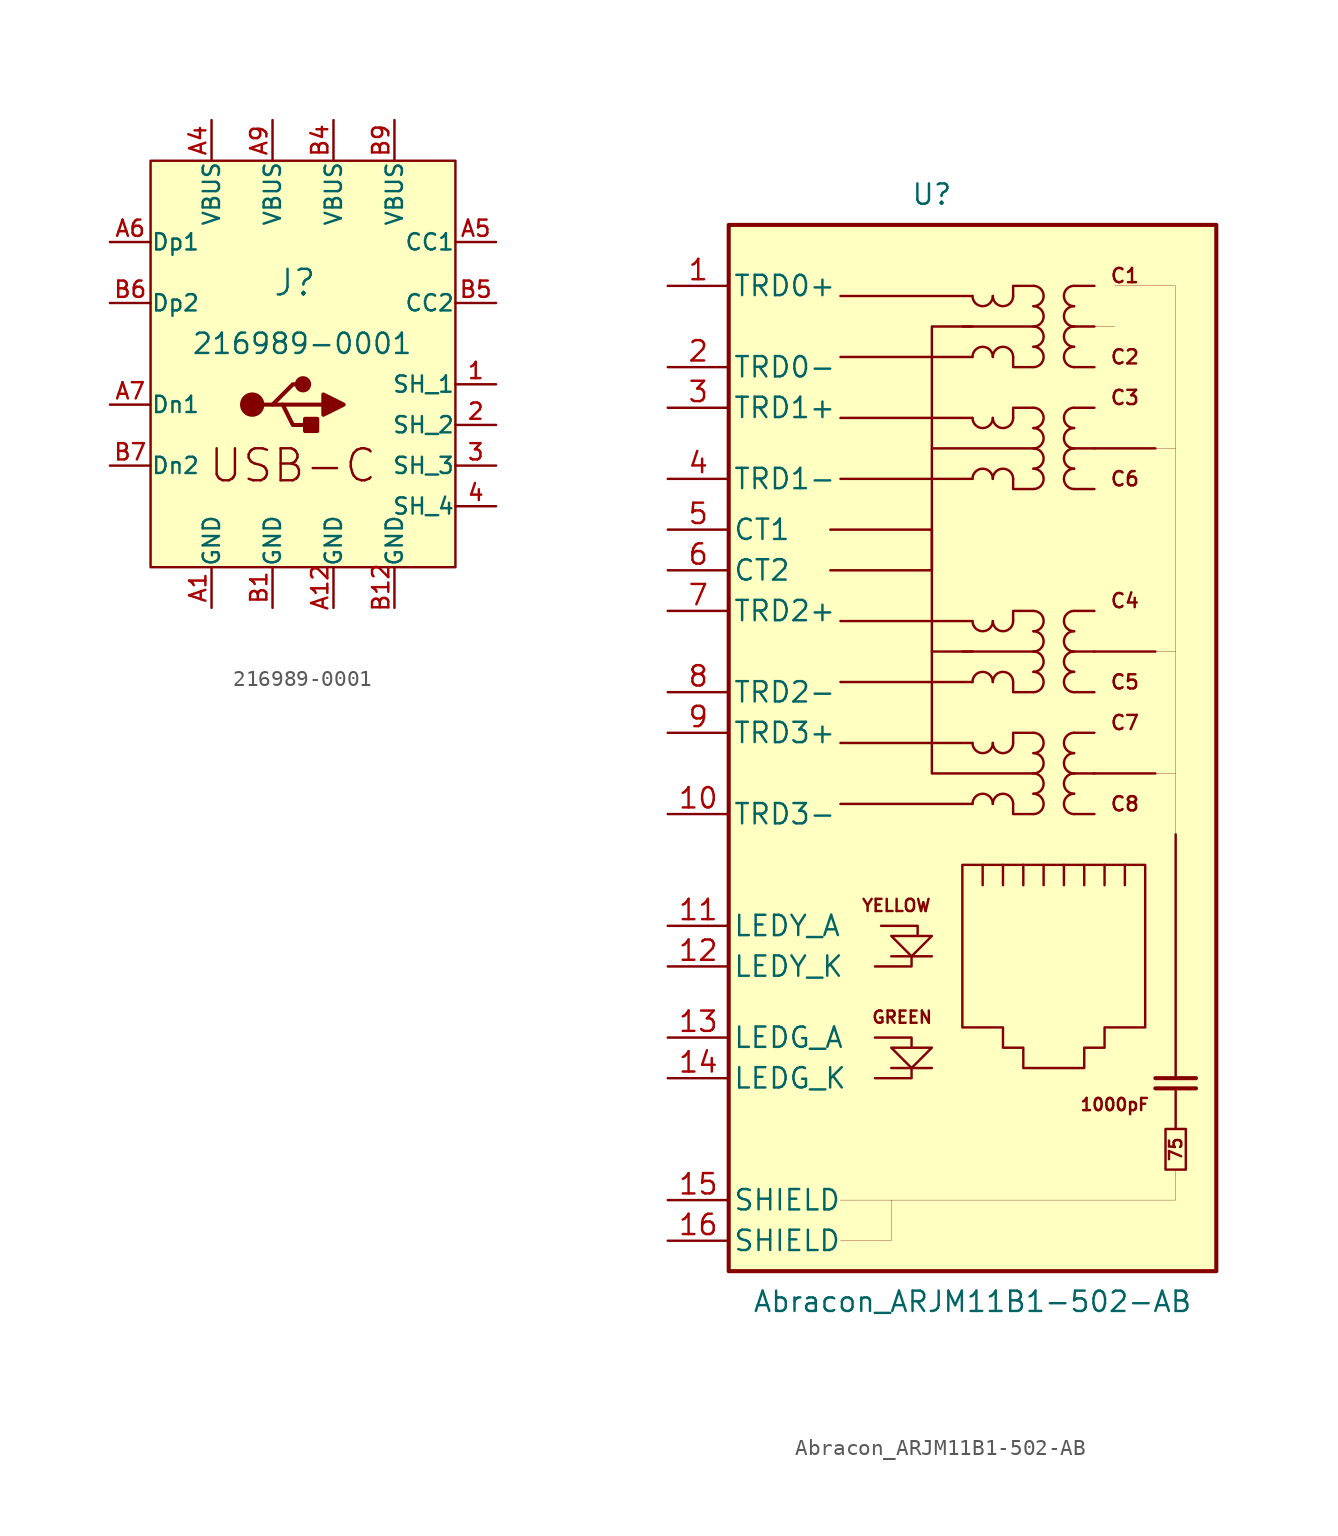
<source format=kicad_sym>
(kicad_symbol_lib
  (version 20231120)
  (generator "kicad_symbol_editor")
  (generator_version "8.0")
  (symbol "216989-0001"
    (pin_names
      (offset 0.01))
    (property "Reference" "J"
      (at -19.05 -2.54 0)
      (effects (font (size 1.6 1.6)) (justify left)))
    (property "Value" "216989-0001"
      (at -24.13 -6.35 0)
      (effects (font (size 1.27 1.27)) (justify left)))
    (symbol "216989-0001_0_0"
      (text "USB-C" (at -17.78 -13.97 0) (effects (font (size 2 2)))))
    (symbol "216989-0001_0_1"
      (circle (center -20.32 -10.16) (radius 0.635) (stroke (width 0.254) (type default)) (fill (type outline)))
      (circle (center -17.145 -8.89) (radius 0.381) (stroke (width 0.254) (type default)) (fill (type outline)))
      (rectangle (start -16.256 -11.049) (end -17.018 -11.811) (stroke (width 0.254) (type default)) (fill (type outline)))
      (polyline (pts (xy -18.415 -10.16) (xy -15.875 -10.16)) (stroke (width 0.254) (type default)) (fill (type none)))
      (polyline (pts (xy -19.685 -10.16) (xy -19.05 -10.16) (xy -17.78 -8.89) (xy -17.145 -8.89)) (stroke (width 0.254) (type default)) (fill (type none)))
      (polyline (pts (xy -19.05 -10.16) (xy -18.415 -10.16) (xy -17.78 -11.43) (xy -16.51 -11.43)) (stroke (width 0.254) (type default)) (fill (type none)))
      (polyline (pts (xy -15.875 -9.525) (xy -15.875 -10.795) (xy -14.605 -10.16) (xy -15.875 -9.525)) (stroke (width 0.254) (type default)) (fill (type outline))))
    (symbol "216989-0001_1_1"
      (rectangle (start -26.67 5.08) (end -7.62 -20.32) (stroke (width 0) (type default)) (fill (type background)))
      (pin passive line (at -5.08 -8.89 180) (length 2.54) (name "SH_1" (effects (font (size 1.016 1.016)))) (number "1" (effects (font (size 1.016 1.016)))))
      (pin passive line (at -5.08 -11.43 180) (length 2.54) (name "SH_2" (effects (font (size 1.016 1.016)))) (number "2" (effects (font (size 1.016 1.016)))))
      (pin passive line (at -5.08 -13.97 180) (length 2.54) (name "SH_3" (effects (font (size 1.016 1.016)))) (number "3" (effects (font (size 1.016 1.016)))))
      (pin passive line (at -5.08 -16.51 180) (length 2.54) (name "SH_4" (effects (font (size 1.016 1.016)))) (number "4" (effects (font (size 1.016 1.016)))))
      (pin power_in line (at -22.86 -22.86 90) (length 2.54) (name "GND" (effects (font (size 1.016 1.016)))) (number "A1" (effects (font (size 1.016 1.016)))))
      (pin power_in line (at -15.24 -22.86 90) (length 2.54) (name "GND" (effects (font (size 1.016 1.016)))) (number "A12" (effects (font (size 1.016 1.016)))))
      (pin passive line (at -22.86 7.62 270) (length 2.54) (name "VBUS" (effects (font (size 1.016 1.016)))) (number "A4" (effects (font (size 1.016 1.016)))))
      (pin passive line (at -5.08 0 180) (length 2.54) (name "CC1" (effects (font (size 1.016 1.016)))) (number "A5" (effects (font (size 1.016 1.016)))))
      (pin passive line (at -29.21 0 0) (length 2.54) (name "Dp1" (effects (font (size 1.016 1.016)))) (number "A6" (effects (font (size 1.016 1.016)))))
      (pin passive line (at -29.21 -10.16 0) (length 2.54) (name "Dn1" (effects (font (size 1.016 1.016)))) (number "A7" (effects (font (size 1.016 1.016)))))
      (pin power_in line (at -19.05 7.62 270) (length 2.54) (name "VBUS" (effects (font (size 1.016 1.016)))) (number "A9" (effects (font (size 1.016 1.016)))))
      (pin power_in line (at -19.05 -22.86 90) (length 2.54) (name "GND" (effects (font (size 1.016 1.016)))) (number "B1" (effects (font (size 1.016 1.016)))))
      (pin power_in line (at -11.43 -22.86 90) (length 2.54) (name "GND" (effects (font (size 1.016 1.016)))) (number "B12" (effects (font (size 1.016 1.016)))))
      (pin passive line (at -15.24 7.62 270) (length 2.54) (name "VBUS" (effects (font (size 1.016 1.016)))) (number "B4" (effects (font (size 1.016 1.016)))))
      (pin passive line (at -5.08 -3.81 180) (length 2.54) (name "CC2" (effects (font (size 1.016 1.016)))) (number "B5" (effects (font (size 1.016 1.016)))))
      (pin passive line (at -29.21 -3.81 0) (length 2.54) (name "Dp2" (effects (font (size 1.016 1.016)))) (number "B6" (effects (font (size 1.016 1.016)))))
      (pin passive line (at -29.21 -13.97 0) (length 2.54) (name "Dn2" (effects (font (size 1.016 1.016)))) (number "B7" (effects (font (size 1.016 1.016)))))
      (pin passive line (at -11.43 7.62 270) (length 2.54) (name "VBUS" (effects (font (size 1.016 1.016)))) (number "B9" (effects (font (size 1.016 1.016)))))))
  (symbol "Abracon_ARJM11B1-502-AB"
    (pin_names
      (offset 0.254))
    (property "Reference" "U"
      (at -2.54 67.31 0)
      (effects (font (size 1.27 1.27))))
    (property "Value" "Abracon_ARJM11B1-502-AB"
      (at 0 -1.905 0)
      (effects (font (size 1.27 1.27))))
    (symbol "Abracon_ARJM11B1-502-AB_0_1"
      (polyline (pts (xy 8.89 59.055) (xy 7.62 59.055)) (stroke (width 0.001) (type default)) (fill (type none)))
      (polyline (pts (xy 11.43 31.115) (xy 12.7 31.115)) (stroke (width 0.001) (type default)) (fill (type none)))
      (polyline (pts (xy 11.43 38.735) (xy 12.7 38.735)) (stroke (width 0.001) (type default)) (fill (type none)))
      (polyline (pts (xy 11.43 51.435) (xy 12.7 51.435)) (stroke (width 0.001) (type default)) (fill (type none)))
      (polyline (pts (xy -5.08 4.445) (xy -5.08 1.905) (xy -8.255 1.905)) (stroke (width 0.001) (type default)) (fill (type none)))
      (polyline (pts (xy 12.7 6.35) (xy 12.7 4.445) (xy -8.255 4.445)) (stroke (width 0.001) (type default)) (fill (type none)))
      (polyline (pts (xy 12.7 27.305) (xy 12.7 61.595) (xy 8.89 61.595)) (stroke (width 0.001) (type default)) (fill (type none)))
      (polyline (pts (xy 3.81 31.115) (xy -2.54 31.115) (xy -2.54 38.735) (xy 0 38.735) (xy -2.54 38.735)) (stroke (width 0) (type default)) (fill (type none)))
      (polyline (pts (xy 3.81 51.435) (xy -2.54 51.435) (xy -2.54 59.055) (xy 0 59.055) (xy -2.54 59.055)) (stroke (width 0) (type default)) (fill (type none))))
    (symbol "Abracon_ARJM11B1-502-AB_1_1"
      (rectangle (start -15.24 65.405) (end 15.24 0) (stroke (width 0.254) (type default)) (fill (type background)))
      (polyline (pts (xy -2.54 12.7) (xy -5.08 12.7)) (stroke (width 0) (type default)) (fill (type none)))
      (polyline (pts (xy -2.54 19.685) (xy -5.08 19.685)) (stroke (width 0) (type default)) (fill (type none)))
      (polyline (pts (xy -2.54 38.735) (xy -2.54 51.435)) (stroke (width 0) (type default)) (fill (type none)))
      (polyline (pts (xy -0.635 38.735) (xy 3.81 38.735)) (stroke (width 0) (type default)) (fill (type none)))
      (polyline (pts (xy -0.635 59.055) (xy 3.81 59.055)) (stroke (width 0) (type default)) (fill (type none)))
      (polyline (pts (xy 0 29.21) (xy -8.255 29.21)) (stroke (width 0) (type default)) (fill (type none)))
      (polyline (pts (xy 0 33.02) (xy -8.255 33.02)) (stroke (width 0) (type default)) (fill (type none)))
      (polyline (pts (xy 0 36.83) (xy -8.255 36.83)) (stroke (width 0) (type default)) (fill (type none)))
      (polyline (pts (xy 0 40.64) (xy -8.255 40.64)) (stroke (width 0) (type default)) (fill (type none)))
      (polyline (pts (xy 0 49.53) (xy -8.255 49.53)) (stroke (width 0) (type default)) (fill (type none)))
      (polyline (pts (xy 0 53.34) (xy -8.255 53.34)) (stroke (width 0) (type default)) (fill (type none)))
      (polyline (pts (xy 0 57.15) (xy -8.255 57.15)) (stroke (width 0) (type default)) (fill (type none)))
      (polyline (pts (xy 0 60.96) (xy -8.255 60.96)) (stroke (width 0) (type default)) (fill (type none)))
      (polyline (pts (xy 0.635 24.13) (xy 0.635 25.4)) (stroke (width 0) (type default)) (fill (type none)))
      (polyline (pts (xy 1.905 25.4) (xy 1.905 24.13)) (stroke (width 0) (type default)) (fill (type none)))
      (polyline (pts (xy 3.175 25.4) (xy 3.175 24.13)) (stroke (width 0) (type default)) (fill (type none)))
      (polyline (pts (xy 4.445 25.4) (xy 4.445 24.13)) (stroke (width 0) (type default)) (fill (type none)))
      (polyline (pts (xy 5.715 25.4) (xy 5.715 24.13)) (stroke (width 0) (type default)) (fill (type none)))
      (polyline (pts (xy 6.35 28.575) (xy 7.62 28.575)) (stroke (width 0) (type default)) (fill (type none)))
      (polyline (pts (xy 6.35 31.115) (xy 7.62 31.115)) (stroke (width 0) (type default)) (fill (type none)))
      (polyline (pts (xy 6.35 33.655) (xy 7.62 33.655)) (stroke (width 0) (type default)) (fill (type none)))
      (polyline (pts (xy 6.35 36.195) (xy 7.62 36.195)) (stroke (width 0) (type default)) (fill (type none)))
      (polyline (pts (xy 6.35 38.735) (xy 7.62 38.735)) (stroke (width 0) (type default)) (fill (type none)))
      (polyline (pts (xy 6.35 41.275) (xy 7.62 41.275)) (stroke (width 0) (type default)) (fill (type none)))
      (polyline (pts (xy 6.35 48.895) (xy 7.62 48.895)) (stroke (width 0) (type default)) (fill (type none)))
      (polyline (pts (xy 6.35 51.435) (xy 7.62 51.435)) (stroke (width 0) (type default)) (fill (type none)))
      (polyline (pts (xy 6.35 53.975) (xy 7.62 53.975)) (stroke (width 0) (type default)) (fill (type none)))
      (polyline (pts (xy 6.35 56.515) (xy 7.62 56.515)) (stroke (width 0) (type default)) (fill (type none)))
      (polyline (pts (xy 6.35 59.055) (xy 7.62 59.055)) (stroke (width 0) (type default)) (fill (type none)))
      (polyline (pts (xy 6.35 61.595) (xy 7.62 61.595)) (stroke (width 0) (type default)) (fill (type none)))
      (polyline (pts (xy 6.985 25.4) (xy 6.985 24.13)) (stroke (width 0) (type default)) (fill (type none)))
      (polyline (pts (xy 7.62 31.115) (xy 11.43 31.115)) (stroke (width 0) (type default)) (fill (type none)))
      (polyline (pts (xy 7.62 38.735) (xy 11.43 38.735)) (stroke (width 0) (type default)) (fill (type none)))
      (polyline (pts (xy 7.62 51.435) (xy 11.43 51.435)) (stroke (width 0) (type default)) (fill (type none)))
      (polyline (pts (xy 8.255 24.13) (xy 8.255 25.4)) (stroke (width 0) (type default)) (fill (type none)))
      (polyline (pts (xy 9.525 24.13) (xy 9.525 25.4)) (stroke (width 0) (type default)) (fill (type none)))
      (polyline (pts (xy 11.43 11.43) (xy 13.97 11.43)) (stroke (width 0.254) (type default)) (fill (type none)))
      (polyline (pts (xy 11.43 12.065) (xy 13.97 12.065)) (stroke (width 0.254) (type default)) (fill (type none)))
      (polyline (pts (xy 12.7 8.89) (xy 12.7 11.43)) (stroke (width 0) (type default)) (fill (type none)))
      (polyline (pts (xy 12.7 12.065) (xy 12.7 27.305)) (stroke (width 0) (type default)) (fill (type none)))
      (polyline (pts (xy -6.096 12.065) (xy -3.81 12.065) (xy -3.81 12.7)) (stroke (width 0) (type default)) (fill (type none)))
      (polyline (pts (xy -6.096 14.605) (xy -3.81 14.605) (xy -3.81 13.97)) (stroke (width 0) (type default)) (fill (type none)))
      (polyline (pts (xy -5.715 21.59) (xy -3.429 21.59) (xy -3.429 20.955)) (stroke (width 0) (type default)) (fill (type none)))
      (polyline (pts (xy -3.81 19.685) (xy -3.81 19.05) (xy -6.096 19.05)) (stroke (width 0) (type default)) (fill (type none)))
      (polyline (pts (xy 2.54 29.21) (xy 2.54 28.575) (xy 3.81 28.575)) (stroke (width 0) (type default)) (fill (type none)))
      (polyline (pts (xy 2.54 36.83) (xy 2.54 36.195) (xy 3.81 36.195)) (stroke (width 0) (type default)) (fill (type none)))
      (polyline (pts (xy 2.54 49.53) (xy 2.54 48.895) (xy 3.81 48.895)) (stroke (width 0) (type default)) (fill (type none)))
      (polyline (pts (xy 2.54 57.15) (xy 2.54 56.515) (xy 3.81 56.515)) (stroke (width 0) (type default)) (fill (type none)))
      (polyline (pts (xy 3.81 33.655) (xy 2.54 33.655) (xy 2.54 33.02)) (stroke (width 0) (type default)) (fill (type none)))
      (polyline (pts (xy 3.81 41.275) (xy 2.54 41.275) (xy 2.54 40.64)) (stroke (width 0) (type default)) (fill (type none)))
      (polyline (pts (xy 3.81 53.975) (xy 2.54 53.975) (xy 2.54 53.34)) (stroke (width 0) (type default)) (fill (type none)))
      (polyline (pts (xy 3.81 61.595) (xy 2.54 61.595) (xy 2.54 60.96)) (stroke (width 0) (type default)) (fill (type none)))
      (polyline (pts (xy -8.89 43.815) (xy -2.54 43.815) (xy -2.54 46.355) (xy -8.89 46.355)) (stroke (width 0) (type default)) (fill (type none)))
      (polyline (pts (xy -5.08 20.955) (xy -2.54 20.955) (xy -3.81 19.685) (xy -5.08 20.955)) (stroke (width 0) (type default)) (fill (type none)))
      (polyline (pts (xy -2.54 13.97) (xy -5.08 13.97) (xy -3.81 12.7) (xy -2.54 13.97)) (stroke (width 0) (type default)) (fill (type none)))
      (polyline (pts (xy -0.635 25.4) (xy 10.795 25.4) (xy 10.795 15.24) (xy 8.255 15.24) (xy 8.255 13.97) (xy 6.985 13.97) (xy 6.985 12.7) (xy 3.175 12.7) (xy 3.175 13.97) (xy 1.905 13.97) (xy 1.905 15.24) (xy -0.635 15.24) (xy -0.635 25.4)) (stroke (width 0) (type default)) (fill (type none)))
      (arc (start 0 33.02) (mid 0.635 32.3877) (end 1.27 33.02) (stroke (width 0) (type default)) (fill (type none)))
      (arc (start 0 40.64) (mid 0.635 40.0077) (end 1.27 40.64) (stroke (width 0) (type default)) (fill (type none)))
      (arc (start 0 53.34) (mid 0.635 52.7077) (end 1.27 53.34) (stroke (width 0) (type default)) (fill (type none)))
      (arc (start 0 60.96) (mid 0.635 60.3277) (end 1.27 60.96) (stroke (width 0) (type default)) (fill (type none)))
      (arc (start 1.27 29.21) (mid 0.635 29.8422) (end 0 29.21) (stroke (width 0) (type default)) (fill (type none)))
      (arc (start 1.27 33.02) (mid 1.905 32.3877) (end 2.54 33.02) (stroke (width 0) (type default)) (fill (type none)))
      (arc (start 1.27 36.83) (mid 0.635 37.4622) (end 0 36.83) (stroke (width 0) (type default)) (fill (type none)))
      (arc (start 1.27 40.64) (mid 1.905 40.0077) (end 2.54 40.64) (stroke (width 0) (type default)) (fill (type none)))
      (arc (start 1.27 49.53) (mid 0.635 50.1622) (end 0 49.53) (stroke (width 0) (type default)) (fill (type none)))
      (arc (start 1.27 53.34) (mid 1.905 52.7077) (end 2.54 53.34) (stroke (width 0) (type default)) (fill (type none)))
      (arc (start 1.27 57.15) (mid 0.635 57.7822) (end 0 57.15) (stroke (width 0) (type default)) (fill (type none)))
      (arc (start 1.27 60.96) (mid 1.905 60.3277) (end 2.54 60.96) (stroke (width 0) (type default)) (fill (type none)))
      (arc (start 2.54 29.21) (mid 1.905 29.8422) (end 1.27 29.21) (stroke (width 0) (type default)) (fill (type none)))
      (arc (start 2.54 36.83) (mid 1.905 37.4622) (end 1.27 36.83) (stroke (width 0) (type default)) (fill (type none)))
      (arc (start 2.54 49.53) (mid 1.905 50.1622) (end 1.27 49.53) (stroke (width 0) (type default)) (fill (type none)))
      (arc (start 2.54 57.15) (mid 1.905 57.7822) (end 1.27 57.15) (stroke (width 0) (type default)) (fill (type none)))
      (arc (start 3.81 28.575) (mid 4.4422 29.21) (end 3.81 29.845) (stroke (width 0) (type default)) (fill (type none)))
      (arc (start 3.81 29.845) (mid 4.4422 30.48) (end 3.81 31.115) (stroke (width 0) (type default)) (fill (type none)))
      (arc (start 3.81 31.115) (mid 4.4422 31.75) (end 3.81 32.385) (stroke (width 0) (type default)) (fill (type none)))
      (arc (start 3.81 32.385) (mid 4.4422 33.02) (end 3.81 33.655) (stroke (width 0) (type default)) (fill (type none)))
      (arc (start 3.81 36.195) (mid 4.4422 36.83) (end 3.81 37.465) (stroke (width 0) (type default)) (fill (type none)))
      (arc (start 3.81 37.465) (mid 4.4422 38.1) (end 3.81 38.735) (stroke (width 0) (type default)) (fill (type none)))
      (arc (start 3.81 38.735) (mid 4.4422 39.37) (end 3.81 40.005) (stroke (width 0) (type default)) (fill (type none)))
      (arc (start 3.81 40.005) (mid 4.4422 40.64) (end 3.81 41.275) (stroke (width 0) (type default)) (fill (type none)))
      (arc (start 3.81 48.895) (mid 4.4422 49.53) (end 3.81 50.165) (stroke (width 0) (type default)) (fill (type none)))
      (arc (start 3.81 50.165) (mid 4.4422 50.8) (end 3.81 51.435) (stroke (width 0) (type default)) (fill (type none)))
      (arc (start 3.81 51.435) (mid 4.4422 52.07) (end 3.81 52.705) (stroke (width 0) (type default)) (fill (type none)))
      (arc (start 3.81 52.705) (mid 4.4422 53.34) (end 3.81 53.975) (stroke (width 0) (type default)) (fill (type none)))
      (arc (start 3.81 56.515) (mid 4.4422 57.15) (end 3.81 57.785) (stroke (width 0) (type default)) (fill (type none)))
      (arc (start 3.81 57.785) (mid 4.4422 58.42) (end 3.81 59.055) (stroke (width 0) (type default)) (fill (type none)))
      (arc (start 3.81 59.055) (mid 4.4422 59.69) (end 3.81 60.325) (stroke (width 0) (type default)) (fill (type none)))
      (arc (start 3.81 60.325) (mid 4.4422 60.96) (end 3.81 61.595) (stroke (width 0) (type default)) (fill (type none)))
      (arc (start 6.35 29.845) (mid 5.7177 29.21) (end 6.35 28.575) (stroke (width 0) (type default)) (fill (type none)))
      (arc (start 6.35 31.115) (mid 5.7177 30.48) (end 6.35 29.845) (stroke (width 0) (type default)) (fill (type none)))
      (arc (start 6.35 32.385) (mid 5.7177 31.75) (end 6.35 31.115) (stroke (width 0) (type default)) (fill (type none)))
      (arc (start 6.35 33.655) (mid 5.7177 33.02) (end 6.35 32.385) (stroke (width 0) (type default)) (fill (type none)))
      (arc (start 6.35 37.465) (mid 5.7177 36.83) (end 6.35 36.195) (stroke (width 0) (type default)) (fill (type none)))
      (arc (start 6.35 38.735) (mid 5.7177 38.1) (end 6.35 37.465) (stroke (width 0) (type default)) (fill (type none)))
      (arc (start 6.35 40.005) (mid 5.7177 39.37) (end 6.35 38.735) (stroke (width 0) (type default)) (fill (type none)))
      (arc (start 6.35 41.275) (mid 5.7177 40.64) (end 6.35 40.005) (stroke (width 0) (type default)) (fill (type none)))
      (arc (start 6.35 50.165) (mid 5.7177 49.53) (end 6.35 48.895) (stroke (width 0) (type default)) (fill (type none)))
      (arc (start 6.35 51.435) (mid 5.7177 50.8) (end 6.35 50.165) (stroke (width 0) (type default)) (fill (type none)))
      (arc (start 6.35 52.705) (mid 5.7177 52.07) (end 6.35 51.435) (stroke (width 0) (type default)) (fill (type none)))
      (arc (start 6.35 53.975) (mid 5.7177 53.34) (end 6.35 52.705) (stroke (width 0) (type default)) (fill (type none)))
      (arc (start 6.35 57.785) (mid 5.7177 57.15) (end 6.35 56.515) (stroke (width 0) (type default)) (fill (type none)))
      (arc (start 6.35 59.055) (mid 5.7177 58.42) (end 6.35 57.785) (stroke (width 0) (type default)) (fill (type none)))
      (arc (start 6.35 60.325) (mid 5.7177 59.69) (end 6.35 59.055) (stroke (width 0) (type default)) (fill (type none)))
      (arc (start 6.35 61.595) (mid 5.7177 60.96) (end 6.35 60.325) (stroke (width 0) (type default)) (fill (type none)))
      (rectangle (start 13.335 6.35) (end 12.065 8.89) (stroke (width 0) (type default)) (fill (type none)))
      (text "1000pF" (at 8.89 10.414 0) (effects (font (size 0.762 0.762))))
      (text "75" (at 12.7 7.62 900) (effects (font (size 0.762 0.762))))
      (text "C1" (at 9.525 62.23 0) (effects (font (size 0.889 0.889))))
      (text "C2" (at 9.525 57.15 0) (effects (font (size 0.889 0.889))))
      (text "C3" (at 9.525 54.61 0) (effects (font (size 0.889 0.889))))
      (text "C4" (at 9.525 41.91 0) (effects (font (size 0.889 0.889))))
      (text "C5" (at 9.525 36.83 0) (effects (font (size 0.889 0.889))))
      (text "C6" (at 9.525 49.53 0) (effects (font (size 0.889 0.889))))
      (text "C7" (at 9.525 34.29 0) (effects (font (size 0.889 0.889))))
      (text "C8" (at 9.525 29.21 0) (effects (font (size 0.889 0.889))))
      (text "GREEN" (at -6.35 15.875 0) (effects (font (size 0.762 0.762)) (justify left)))
      (text "YELLOW" (at -6.985 22.86 0) (effects (font (size 0.762 0.762)) (justify left)))
      (pin passive line (at -19.05 61.595 0) (length 3.81) (name "TRD0+" (effects (font (size 1.27 1.27)))) (number "1" (effects (font (size 1.27 1.27)))))
      (pin passive line (at -19.05 28.575 0) (length 3.81) (name "TRD3-" (effects (font (size 1.27 1.27)))) (number "10" (effects (font (size 1.27 1.27)))))
      (pin passive line (at -19.05 21.59 0) (length 3.81) (name "LEDY_A" (effects (font (size 1.27 1.27)))) (number "11" (effects (font (size 1.27 1.27)))))
      (pin passive line (at -19.05 19.05 0) (length 3.81) (name "LEDY_K" (effects (font (size 1.27 1.27)))) (number "12" (effects (font (size 1.27 1.27)))))
      (pin passive line (at -19.05 14.605 0) (length 3.81) (name "LEDG_A" (effects (font (size 1.27 1.27)))) (number "13" (effects (font (size 1.27 1.27)))))
      (pin passive line (at -19.05 12.065 0) (length 3.81) (name "LEDG_K" (effects (font (size 1.27 1.27)))) (number "14" (effects (font (size 1.27 1.27)))))
      (pin passive line (at -19.05 4.445 0) (length 3.81) (name "SHIELD" (effects (font (size 1.27 1.27)))) (number "15" (effects (font (size 1.27 1.27)))))
      (pin passive line (at -19.05 1.905 0) (length 3.81) (name "SHIELD" (effects (font (size 1.27 1.27)))) (number "16" (effects (font (size 1.27 1.27)))))
      (pin passive line (at -19.05 56.515 0) (length 3.81) (name "TRD0-" (effects (font (size 1.27 1.27)))) (number "2" (effects (font (size 1.27 1.27)))))
      (pin passive line (at -19.05 53.975 0) (length 3.81) (name "TRD1+" (effects (font (size 1.27 1.27)))) (number "3" (effects (font (size 1.27 1.27)))))
      (pin passive line (at -19.05 49.53 0) (length 3.81) (name "TRD1-" (effects (font (size 1.27 1.27)))) (number "4" (effects (font (size 1.27 1.27)))))
      (pin passive line (at -19.05 46.355 0) (length 3.81) (name "CT1" (effects (font (size 1.27 1.27)))) (number "5" (effects (font (size 1.27 1.27)))))
      (pin passive line (at -19.05 43.815 0) (length 3.81) (name "CT2" (effects (font (size 1.27 1.27)))) (number "6" (effects (font (size 1.27 1.27)))))
      (pin passive line (at -19.05 41.275 0) (length 3.81) (name "TRD2+" (effects (font (size 1.27 1.27)))) (number "7" (effects (font (size 1.27 1.27)))))
      (pin passive line (at -19.05 36.195 0) (length 3.81) (name "TRD2-" (effects (font (size 1.27 1.27)))) (number "8" (effects (font (size 1.27 1.27)))))
      (pin passive line (at -19.05 33.655 0) (length 3.81) (name "TRD3+" (effects (font (size 1.27 1.27)))) (number "9" (effects (font (size 1.27 1.27))))))))
</source>
